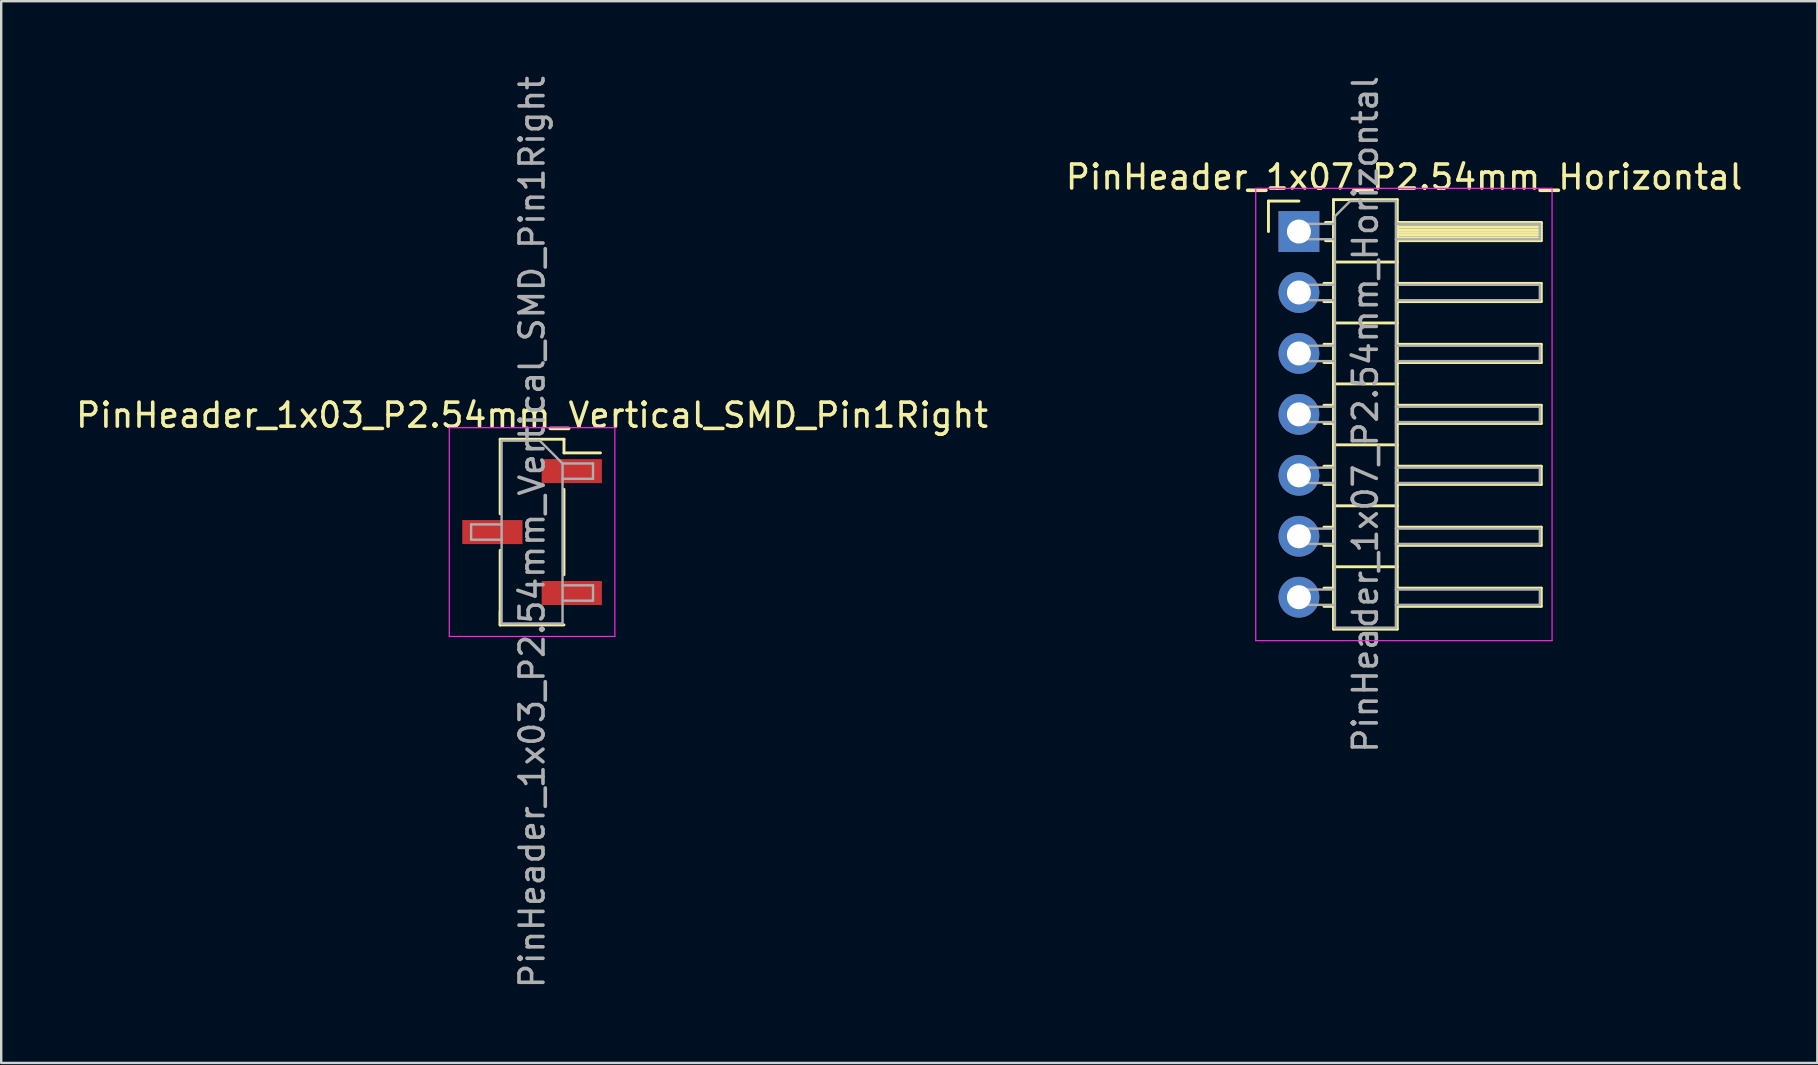
<source format=kicad_pcb>
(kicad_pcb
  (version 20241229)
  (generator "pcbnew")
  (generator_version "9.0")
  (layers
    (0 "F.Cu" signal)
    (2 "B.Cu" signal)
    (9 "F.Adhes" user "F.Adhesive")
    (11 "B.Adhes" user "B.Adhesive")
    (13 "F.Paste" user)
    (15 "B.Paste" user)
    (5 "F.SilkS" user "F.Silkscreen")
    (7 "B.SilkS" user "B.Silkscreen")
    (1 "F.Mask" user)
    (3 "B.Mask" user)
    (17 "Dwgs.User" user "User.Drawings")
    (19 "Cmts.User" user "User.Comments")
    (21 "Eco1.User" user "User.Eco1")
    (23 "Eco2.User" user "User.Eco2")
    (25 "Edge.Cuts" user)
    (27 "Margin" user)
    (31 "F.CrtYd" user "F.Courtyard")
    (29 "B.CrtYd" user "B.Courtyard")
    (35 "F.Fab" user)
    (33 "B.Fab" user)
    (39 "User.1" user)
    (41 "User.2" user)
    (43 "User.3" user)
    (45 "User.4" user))
  (footprint "PinHeader_1x03_P2.54mm_Vertical_SMD_Pin1Right"
    (layer "F.Cu")
    (at 19.125 19.125)
    (property "Reference" "PinHeader_1x03_P2.54mm_Vertical_SMD_Pin1Right" (at 0 -4.87 0) (layer "F.SilkS") (effects (font (size 1 1) (thickness 0.15))))
    (attr smd)
    (fp_line (start -1.33 -3.87) (end -1.33 -0.76) (stroke (width 0.12) (type solid)) (layer "F.SilkS"))
    (fp_line (start -1.33 -3.87) (end 1.33 -3.87) (stroke (width 0.12) (type solid)) (layer "F.SilkS"))
    (fp_line (start -1.33 0.76) (end -1.33 3.87) (stroke (width 0.12) (type solid)) (layer "F.SilkS"))
    (fp_line (start -1.33 3.3) (end -1.33 3.87) (stroke (width 0.12) (type solid)) (layer "F.SilkS"))
    (fp_line (start -1.33 3.87) (end 1.33 3.87) (stroke (width 0.12) (type solid)) (layer "F.SilkS"))
    (fp_line (start 1.33 -3.87) (end 1.33 -3.3) (stroke (width 0.12) (type solid)) (layer "F.SilkS"))
    (fp_line (start 1.33 -3.3) (end 2.85 -3.3) (stroke (width 0.12) (type solid)) (layer "F.SilkS"))
    (fp_line (start 1.33 -1.78) (end 1.33 1.78) (stroke (width 0.12) (type solid)) (layer "F.SilkS"))
    (fp_line (start -3.45 -4.35) (end -3.45 4.35) (stroke (width 0.05) (type solid)) (layer "F.CrtYd"))
    (fp_line (start -3.45 4.35) (end 3.45 4.35) (stroke (width 0.05) (type solid)) (layer "F.CrtYd"))
    (fp_line (start 3.45 -4.35) (end -3.45 -4.35) (stroke (width 0.05) (type solid)) (layer "F.CrtYd"))
    (fp_line (start 3.45 4.35) (end 3.45 -4.35) (stroke (width 0.05) (type solid)) (layer "F.CrtYd"))
    (fp_line (start -2.54 -0.32) (end -2.54 0.32) (stroke (width 0.1) (type solid)) (layer "F.Fab"))
    (fp_line (start -2.54 0.32) (end -1.27 0.32) (stroke (width 0.1) (type solid)) (layer "F.Fab"))
    (fp_line (start -1.27 -3.81) (end -1.27 3.81) (stroke (width 0.1) (type solid)) (layer "F.Fab"))
    (fp_line (start -1.27 -3.81) (end 0.32 -3.81) (stroke (width 0.1) (type solid)) (layer "F.Fab"))
    (fp_line (start -1.27 -0.32) (end -2.54 -0.32) (stroke (width 0.1) (type solid)) (layer "F.Fab"))
    (fp_line (start 1.27 -2.86) (end 0.32 -3.81) (stroke (width 0.1) (type solid)) (layer "F.Fab"))
    (fp_line (start 1.27 -2.86) (end 2.54 -2.86) (stroke (width 0.1) (type solid)) (layer "F.Fab"))
    (fp_line (start 1.27 2.22) (end 2.54 2.22) (stroke (width 0.1) (type solid)) (layer "F.Fab"))
    (fp_line (start 1.27 3.81) (end -1.27 3.81) (stroke (width 0.1) (type solid)) (layer "F.Fab"))
    (fp_line (start 1.27 3.81) (end 1.27 -2.86) (stroke (width 0.1) (type solid)) (layer "F.Fab"))
    (fp_line (start 2.54 -2.86) (end 2.54 -2.22) (stroke (width 0.1) (type solid)) (layer "F.Fab"))
    (fp_line (start 2.54 -2.22) (end 1.27 -2.22) (stroke (width 0.1) (type solid)) (layer "F.Fab"))
    (fp_line (start 2.54 2.22) (end 2.54 2.86) (stroke (width 0.1) (type solid)) (layer "F.Fab"))
    (fp_line (start 2.54 2.86) (end 1.27 2.86) (stroke (width 0.1) (type solid)) (layer "F.Fab"))
    (fp_text user "${REFERENCE}" (at 0 0 90) (layer "F.Fab") (effects (font (size 1 1) (thickness 0.15))))
    (pad "1" smd rect (at 1.655 -2.54) (size 2.51 1) (layers "F.Cu" "F.Mask" "F.Paste"))
    (pad "2" smd rect (at -1.655 0) (size 2.51 1) (layers "F.Cu" "F.Mask" "F.Paste"))
    (pad "3" smd rect (at 1.655 2.54) (size 2.51 1) (layers "F.Cu" "F.Mask" "F.Paste")))
  (footprint "PinHeader_1x07_P2.54mm_Horizontal"
    (layer "F.Cu")
    (at 51.085 6.6)
    (property "Reference" "PinHeader_1x07_P2.54mm_Horizontal" (at 4.385 -2.27 0) (layer "F.SilkS") (effects (font (size 1 1) (thickness 0.15))))
    (attr through_hole)
    (fp_line (start -1.27 -1.27) (end 0 -1.27) (stroke (width 0.12) (type solid)) (layer "F.SilkS"))
    (fp_line (start -1.27 0) (end -1.27 -1.27) (stroke (width 0.12) (type solid)) (layer "F.SilkS"))
    (fp_line (start 1.043 2.16) (end 1.44 2.16) (stroke (width 0.12) (type solid)) (layer "F.SilkS"))
    (fp_line (start 1.043 2.92) (end 1.44 2.92) (stroke (width 0.12) (type solid)) (layer "F.SilkS"))
    (fp_line (start 1.043 4.7) (end 1.44 4.7) (stroke (width 0.12) (type solid)) (layer "F.SilkS"))
    (fp_line (start 1.043 5.46) (end 1.44 5.46) (stroke (width 0.12) (type solid)) (layer "F.SilkS"))
    (fp_line (start 1.043 7.24) (end 1.44 7.24) (stroke (width 0.12) (type solid)) (layer "F.SilkS"))
    (fp_line (start 1.043 8) (end 1.44 8) (stroke (width 0.12) (type solid)) (layer "F.SilkS"))
    (fp_line (start 1.043 9.78) (end 1.44 9.78) (stroke (width 0.12) (type solid)) (layer "F.SilkS"))
    (fp_line (start 1.043 10.54) (end 1.44 10.54) (stroke (width 0.12) (type solid)) (layer "F.SilkS"))
    (fp_line (start 1.043 12.32) (end 1.44 12.32) (stroke (width 0.12) (type solid)) (layer "F.SilkS"))
    (fp_line (start 1.043 13.08) (end 1.44 13.08) (stroke (width 0.12) (type solid)) (layer "F.SilkS"))
    (fp_line (start 1.043 14.86) (end 1.44 14.86) (stroke (width 0.12) (type solid)) (layer "F.SilkS"))
    (fp_line (start 1.043 15.62) (end 1.44 15.62) (stroke (width 0.12) (type solid)) (layer "F.SilkS"))
    (fp_line (start 1.11 -0.38) (end 1.44 -0.38) (stroke (width 0.12) (type solid)) (layer "F.SilkS"))
    (fp_line (start 1.11 0.38) (end 1.44 0.38) (stroke (width 0.12) (type solid)) (layer "F.SilkS"))
    (fp_line (start 1.44 -1.33) (end 1.44 16.57) (stroke (width 0.12) (type solid)) (layer "F.SilkS"))
    (fp_line (start 1.44 1.27) (end 4.1 1.27) (stroke (width 0.12) (type solid)) (layer "F.SilkS"))
    (fp_line (start 1.44 3.81) (end 4.1 3.81) (stroke (width 0.12) (type solid)) (layer "F.SilkS"))
    (fp_line (start 1.44 6.35) (end 4.1 6.35) (stroke (width 0.12) (type solid)) (layer "F.SilkS"))
    (fp_line (start 1.44 8.89) (end 4.1 8.89) (stroke (width 0.12) (type solid)) (layer "F.SilkS"))
    (fp_line (start 1.44 11.43) (end 4.1 11.43) (stroke (width 0.12) (type solid)) (layer "F.SilkS"))
    (fp_line (start 1.44 13.97) (end 4.1 13.97) (stroke (width 0.12) (type solid)) (layer "F.SilkS"))
    (fp_line (start 1.44 16.57) (end 4.1 16.57) (stroke (width 0.12) (type solid)) (layer "F.SilkS"))
    (fp_line (start 4.1 -1.33) (end 1.44 -1.33) (stroke (width 0.12) (type solid)) (layer "F.SilkS"))
    (fp_line (start 4.1 -0.38) (end 10.1 -0.38) (stroke (width 0.12) (type solid)) (layer "F.SilkS"))
    (fp_line (start 4.1 -0.32) (end 10.1 -0.32) (stroke (width 0.12) (type solid)) (layer "F.SilkS"))
    (fp_line (start 4.1 -0.2) (end 10.1 -0.2) (stroke (width 0.12) (type solid)) (layer "F.SilkS"))
    (fp_line (start 4.1 -0.08) (end 10.1 -0.08) (stroke (width 0.12) (type solid)) (layer "F.SilkS"))
    (fp_line (start 4.1 0.04) (end 10.1 0.04) (stroke (width 0.12) (type solid)) (layer "F.SilkS"))
    (fp_line (start 4.1 0.16) (end 10.1 0.16) (stroke (width 0.12) (type solid)) (layer "F.SilkS"))
    (fp_line (start 4.1 0.28) (end 10.1 0.28) (stroke (width 0.12) (type solid)) (layer "F.SilkS"))
    (fp_line (start 4.1 2.16) (end 10.1 2.16) (stroke (width 0.12) (type solid)) (layer "F.SilkS"))
    (fp_line (start 4.1 4.7) (end 10.1 4.7) (stroke (width 0.12) (type solid)) (layer "F.SilkS"))
    (fp_line (start 4.1 7.24) (end 10.1 7.24) (stroke (width 0.12) (type solid)) (layer "F.SilkS"))
    (fp_line (start 4.1 9.78) (end 10.1 9.78) (stroke (width 0.12) (type solid)) (layer "F.SilkS"))
    (fp_line (start 4.1 12.32) (end 10.1 12.32) (stroke (width 0.12) (type solid)) (layer "F.SilkS"))
    (fp_line (start 4.1 14.86) (end 10.1 14.86) (stroke (width 0.12) (type solid)) (layer "F.SilkS"))
    (fp_line (start 4.1 16.57) (end 4.1 -1.33) (stroke (width 0.12) (type solid)) (layer "F.SilkS"))
    (fp_line (start 10.1 -0.38) (end 10.1 0.38) (stroke (width 0.12) (type solid)) (layer "F.SilkS"))
    (fp_line (start 10.1 0.38) (end 4.1 0.38) (stroke (width 0.12) (type solid)) (layer "F.SilkS"))
    (fp_line (start 10.1 2.16) (end 10.1 2.92) (stroke (width 0.12) (type solid)) (layer "F.SilkS"))
    (fp_line (start 10.1 2.92) (end 4.1 2.92) (stroke (width 0.12) (type solid)) (layer "F.SilkS"))
    (fp_line (start 10.1 4.7) (end 10.1 5.46) (stroke (width 0.12) (type solid)) (layer "F.SilkS"))
    (fp_line (start 10.1 5.46) (end 4.1 5.46) (stroke (width 0.12) (type solid)) (layer "F.SilkS"))
    (fp_line (start 10.1 7.24) (end 10.1 8) (stroke (width 0.12) (type solid)) (layer "F.SilkS"))
    (fp_line (start 10.1 8) (end 4.1 8) (stroke (width 0.12) (type solid)) (layer "F.SilkS"))
    (fp_line (start 10.1 9.78) (end 10.1 10.54) (stroke (width 0.12) (type solid)) (layer "F.SilkS"))
    (fp_line (start 10.1 10.54) (end 4.1 10.54) (stroke (width 0.12) (type solid)) (layer "F.SilkS"))
    (fp_line (start 10.1 12.32) (end 10.1 13.08) (stroke (width 0.12) (type solid)) (layer "F.SilkS"))
    (fp_line (start 10.1 13.08) (end 4.1 13.08) (stroke (width 0.12) (type solid)) (layer "F.SilkS"))
    (fp_line (start 10.1 14.86) (end 10.1 15.62) (stroke (width 0.12) (type solid)) (layer "F.SilkS"))
    (fp_line (start 10.1 15.62) (end 4.1 15.62) (stroke (width 0.12) (type solid)) (layer "F.SilkS"))
    (fp_line (start -1.8 -1.8) (end -1.8 17.05) (stroke (width 0.05) (type solid)) (layer "F.CrtYd"))
    (fp_line (start -1.8 17.05) (end 10.55 17.05) (stroke (width 0.05) (type solid)) (layer "F.CrtYd"))
    (fp_line (start 10.55 -1.8) (end -1.8 -1.8) (stroke (width 0.05) (type solid)) (layer "F.CrtYd"))
    (fp_line (start 10.55 17.05) (end 10.55 -1.8) (stroke (width 0.05) (type solid)) (layer "F.CrtYd"))
    (fp_line (start -0.32 -0.32) (end -0.32 0.32) (stroke (width 0.1) (type solid)) (layer "F.Fab"))
    (fp_line (start -0.32 -0.32) (end 1.5 -0.32) (stroke (width 0.1) (type solid)) (layer "F.Fab"))
    (fp_line (start -0.32 0.32) (end 1.5 0.32) (stroke (width 0.1) (type solid)) (layer "F.Fab"))
    (fp_line (start -0.32 2.22) (end -0.32 2.86) (stroke (width 0.1) (type solid)) (layer "F.Fab"))
    (fp_line (start -0.32 2.22) (end 1.5 2.22) (stroke (width 0.1) (type solid)) (layer "F.Fab"))
    (fp_line (start -0.32 2.86) (end 1.5 2.86) (stroke (width 0.1) (type solid)) (layer "F.Fab"))
    (fp_line (start -0.32 4.76) (end -0.32 5.4) (stroke (width 0.1) (type solid)) (layer "F.Fab"))
    (fp_line (start -0.32 4.76) (end 1.5 4.76) (stroke (width 0.1) (type solid)) (layer "F.Fab"))
    (fp_line (start -0.32 5.4) (end 1.5 5.4) (stroke (width 0.1) (type solid)) (layer "F.Fab"))
    (fp_line (start -0.32 7.3) (end -0.32 7.94) (stroke (width 0.1) (type solid)) (layer "F.Fab"))
    (fp_line (start -0.32 7.3) (end 1.5 7.3) (stroke (width 0.1) (type solid)) (layer "F.Fab"))
    (fp_line (start -0.32 7.94) (end 1.5 7.94) (stroke (width 0.1) (type solid)) (layer "F.Fab"))
    (fp_line (start -0.32 9.84) (end -0.32 10.48) (stroke (width 0.1) (type solid)) (layer "F.Fab"))
    (fp_line (start -0.32 9.84) (end 1.5 9.84) (stroke (width 0.1) (type solid)) (layer "F.Fab"))
    (fp_line (start -0.32 10.48) (end 1.5 10.48) (stroke (width 0.1) (type solid)) (layer "F.Fab"))
    (fp_line (start -0.32 12.38) (end -0.32 13.02) (stroke (width 0.1) (type solid)) (layer "F.Fab"))
    (fp_line (start -0.32 12.38) (end 1.5 12.38) (stroke (width 0.1) (type solid)) (layer "F.Fab"))
    (fp_line (start -0.32 13.02) (end 1.5 13.02) (stroke (width 0.1) (type solid)) (layer "F.Fab"))
    (fp_line (start -0.32 14.92) (end -0.32 15.56) (stroke (width 0.1) (type solid)) (layer "F.Fab"))
    (fp_line (start -0.32 14.92) (end 1.5 14.92) (stroke (width 0.1) (type solid)) (layer "F.Fab"))
    (fp_line (start -0.32 15.56) (end 1.5 15.56) (stroke (width 0.1) (type solid)) (layer "F.Fab"))
    (fp_line (start 1.5 -0.635) (end 2.135 -1.27) (stroke (width 0.1) (type solid)) (layer "F.Fab"))
    (fp_line (start 1.5 16.51) (end 1.5 -0.635) (stroke (width 0.1) (type solid)) (layer "F.Fab"))
    (fp_line (start 2.135 -1.27) (end 4.04 -1.27) (stroke (width 0.1) (type solid)) (layer "F.Fab"))
    (fp_line (start 4.04 -1.27) (end 4.04 16.51) (stroke (width 0.1) (type solid)) (layer "F.Fab"))
    (fp_line (start 4.04 -0.32) (end 10.04 -0.32) (stroke (width 0.1) (type solid)) (layer "F.Fab"))
    (fp_line (start 4.04 0.32) (end 10.04 0.32) (stroke (width 0.1) (type solid)) (layer "F.Fab"))
    (fp_line (start 4.04 2.22) (end 10.04 2.22) (stroke (width 0.1) (type solid)) (layer "F.Fab"))
    (fp_line (start 4.04 2.86) (end 10.04 2.86) (stroke (width 0.1) (type solid)) (layer "F.Fab"))
    (fp_line (start 4.04 4.76) (end 10.04 4.76) (stroke (width 0.1) (type solid)) (layer "F.Fab"))
    (fp_line (start 4.04 5.4) (end 10.04 5.4) (stroke (width 0.1) (type solid)) (layer "F.Fab"))
    (fp_line (start 4.04 7.3) (end 10.04 7.3) (stroke (width 0.1) (type solid)) (layer "F.Fab"))
    (fp_line (start 4.04 7.94) (end 10.04 7.94) (stroke (width 0.1) (type solid)) (layer "F.Fab"))
    (fp_line (start 4.04 9.84) (end 10.04 9.84) (stroke (width 0.1) (type solid)) (layer "F.Fab"))
    (fp_line (start 4.04 10.48) (end 10.04 10.48) (stroke (width 0.1) (type solid)) (layer "F.Fab"))
    (fp_line (start 4.04 12.38) (end 10.04 12.38) (stroke (width 0.1) (type solid)) (layer "F.Fab"))
    (fp_line (start 4.04 13.02) (end 10.04 13.02) (stroke (width 0.1) (type solid)) (layer "F.Fab"))
    (fp_line (start 4.04 14.92) (end 10.04 14.92) (stroke (width 0.1) (type solid)) (layer "F.Fab"))
    (fp_line (start 4.04 15.56) (end 10.04 15.56) (stroke (width 0.1) (type solid)) (layer "F.Fab"))
    (fp_line (start 4.04 16.51) (end 1.5 16.51) (stroke (width 0.1) (type solid)) (layer "F.Fab"))
    (fp_line (start 10.04 -0.32) (end 10.04 0.32) (stroke (width 0.1) (type solid)) (layer "F.Fab"))
    (fp_line (start 10.04 2.22) (end 10.04 2.86) (stroke (width 0.1) (type solid)) (layer "F.Fab"))
    (fp_line (start 10.04 4.76) (end 10.04 5.4) (stroke (width 0.1) (type solid)) (layer "F.Fab"))
    (fp_line (start 10.04 7.3) (end 10.04 7.94) (stroke (width 0.1) (type solid)) (layer "F.Fab"))
    (fp_line (start 10.04 9.84) (end 10.04 10.48) (stroke (width 0.1) (type solid)) (layer "F.Fab"))
    (fp_line (start 10.04 12.38) (end 10.04 13.02) (stroke (width 0.1) (type solid)) (layer "F.Fab"))
    (fp_line (start 10.04 14.92) (end 10.04 15.56) (stroke (width 0.1) (type solid)) (layer "F.Fab"))
    (fp_text user "${REFERENCE}" (at 2.77 7.62 90) (layer "F.Fab") (effects (font (size 1 1) (thickness 0.15))))
    (pad "1" thru_hole rect (at 0 0) (size 1.7 1.7) (drill 1) (layers "*.Cu" "*.Mask"))
    (pad "2" thru_hole oval (at 0 2.54) (size 1.7 1.7) (drill 1) (layers "*.Cu" "*.Mask"))
    (pad "3" thru_hole oval (at 0 5.08) (size 1.7 1.7) (drill 1) (layers "*.Cu" "*.Mask"))
    (pad "4" thru_hole oval (at 0 7.62) (size 1.7 1.7) (drill 1) (layers "*.Cu" "*.Mask"))
    (pad "5" thru_hole oval (at 0 10.16) (size 1.7 1.7) (drill 1) (layers "*.Cu" "*.Mask"))
    (pad "6" thru_hole oval (at 0 12.7) (size 1.7 1.7) (drill 1) (layers "*.Cu" "*.Mask"))
    (pad "7" thru_hole oval (at 0 15.24) (size 1.7 1.7) (drill 1) (layers "*.Cu" "*.Mask")))
  (gr_rect
    (start -3 -3)
    (end 72.69 41.25)
    (stroke (width 0.1) (type default))
    (fill no)
    (layer "Edge.Cuts")))
</source>
